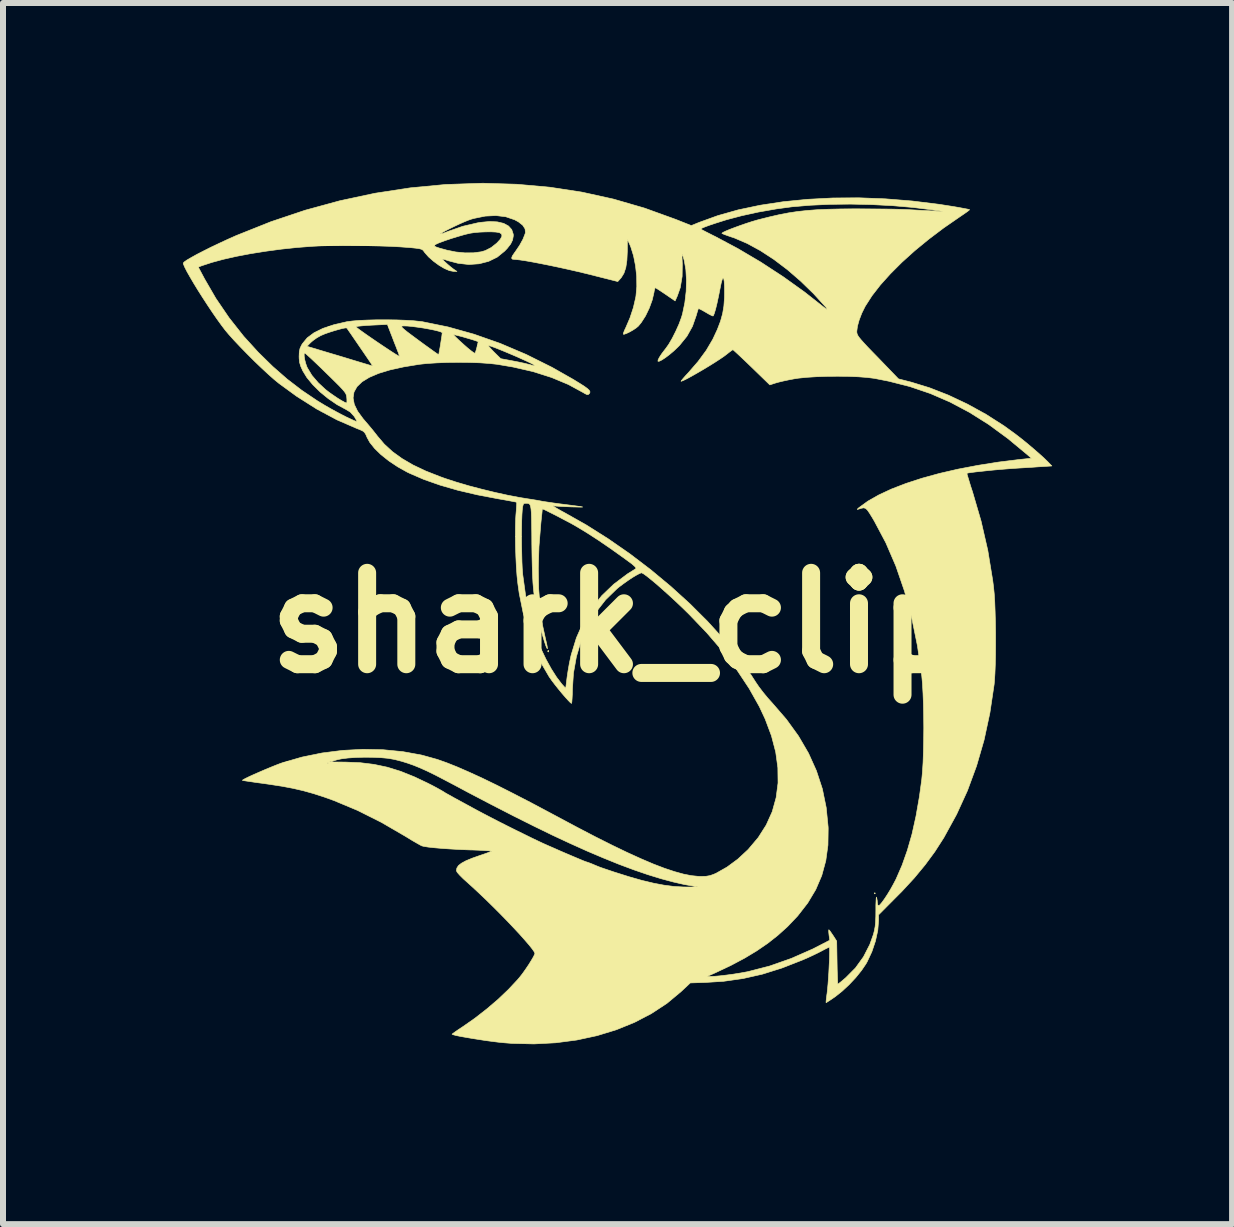
<source format=kicad_pcb>
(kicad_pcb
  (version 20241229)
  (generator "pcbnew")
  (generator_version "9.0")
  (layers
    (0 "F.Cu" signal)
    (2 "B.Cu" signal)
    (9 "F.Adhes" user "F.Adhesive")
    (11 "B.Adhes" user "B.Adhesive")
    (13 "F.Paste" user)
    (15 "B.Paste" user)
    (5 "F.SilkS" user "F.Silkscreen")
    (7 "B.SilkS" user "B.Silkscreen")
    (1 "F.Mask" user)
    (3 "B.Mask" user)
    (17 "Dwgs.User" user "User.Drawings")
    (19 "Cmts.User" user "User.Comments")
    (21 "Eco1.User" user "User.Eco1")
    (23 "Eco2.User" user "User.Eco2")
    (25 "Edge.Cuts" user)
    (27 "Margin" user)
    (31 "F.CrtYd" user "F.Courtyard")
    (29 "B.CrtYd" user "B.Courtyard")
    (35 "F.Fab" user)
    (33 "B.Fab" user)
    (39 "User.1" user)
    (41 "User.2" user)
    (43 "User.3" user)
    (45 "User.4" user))
  (footprint "shark_clip"
    (layer "F.Cu")
    (at 7.244 7.335)
    (property "Reference" "shark_clip" (at 0 0 0) (layer "F.SilkS") (effects (font (size 1.524 1.524) (thickness 0.3))))
    (attr through_hole)
    (fp_poly (pts (xy 4.3 4.508) (xy 4.291 4.518) (xy 4.282 4.508) (xy 4.291 4.499) (xy 4.3 4.508)) (stroke (width 0.01) (type solid)) (fill yes) (layer "F.SilkS"))
    (fp_poly (pts (xy -1.149 0.46) (xy -1.147 0.481) (xy -1.149 0.484) (xy -1.16 0.481) (xy -1.161 0.472) (xy -1.155 0.457) (xy -1.149 0.46)) (stroke (width 0.01) (type solid)) (fill yes) (layer "F.SilkS"))
    (fp_poly (pts (xy -1.678 -7.313) (xy -1.129 -7.264) (xy -0.593 -7.182) (xy -0.067 -7.066) (xy 0.45 -6.916) (xy 0.959 -6.732) (xy 0.965 -6.73) (xy 1.232 -6.624) (xy 1.362 -6.677) (xy 1.674 -6.79) (xy 2.014 -6.886) (xy 2.379 -6.963) (xy 2.766 -7.022) (xy 3.171 -7.062) (xy 3.592 -7.084) (xy 4.025 -7.087) (xy 4.466 -7.07) (xy 4.913 -7.034) (xy 5.361 -6.979) (xy 5.603 -6.941) (xy 5.696 -6.925) (xy 5.775 -6.91) (xy 5.834 -6.899) (xy 5.867 -6.891) (xy 5.871 -6.889) (xy 5.86 -6.877) (xy 5.824 -6.85) (xy 5.768 -6.811) (xy 5.702 -6.766) (xy 5.44 -6.585) (xy 5.191 -6.397) (xy 4.957 -6.205) (xy 4.743 -6.012) (xy 4.551 -5.82) (xy 4.383 -5.633) (xy 4.244 -5.454) (xy 4.135 -5.284) (xy 4.129 -5.274) (xy 4.074 -5.163) (xy 4.031 -5.051) (xy 4.002 -4.947) (xy 3.991 -4.863) (xy 3.991 -4.861) (xy 3.992 -4.838) (xy 3.997 -4.817) (xy 4.008 -4.792) (xy 4.028 -4.762) (xy 4.06 -4.723) (xy 4.107 -4.67) (xy 4.171 -4.601) (xy 4.256 -4.513) (xy 4.339 -4.428) (xy 4.686 -4.068) (xy 4.897 -4.014) (xy 5.203 -3.92) (xy 5.518 -3.797) (xy 5.834 -3.648) (xy 6.145 -3.477) (xy 6.444 -3.286) (xy 6.628 -3.153) (xy 6.724 -3.079) (xy 6.828 -2.995) (xy 6.932 -2.907) (xy 7.029 -2.823) (xy 7.112 -2.748) (xy 7.173 -2.689) (xy 7.243 -2.616) (xy 7.091 -2.606) (xy 7.02 -2.602) (xy 6.922 -2.595) (xy 6.809 -2.588) (xy 6.692 -2.581) (xy 6.631 -2.577) (xy 6.531 -2.57) (xy 6.419 -2.561) (xy 6.303 -2.551) (xy 6.188 -2.54) (xy 6.079 -2.528) (xy 5.983 -2.518) (xy 5.905 -2.508) (xy 5.851 -2.5) (xy 5.827 -2.494) (xy 5.827 -2.494) (xy 5.83 -2.476) (xy 5.844 -2.429) (xy 5.865 -2.359) (xy 5.892 -2.271) (xy 5.921 -2.183) (xy 6.063 -1.697) (xy 6.175 -1.209) (xy 6.257 -0.708) (xy 6.271 -0.599) (xy 6.282 -0.488) (xy 6.291 -0.35) (xy 6.297 -0.189) (xy 6.302 -0.014) (xy 6.305 0.169) (xy 6.305 0.353) (xy 6.304 0.532) (xy 6.3 0.699) (xy 6.294 0.847) (xy 6.286 0.969) (xy 6.281 1.025) (xy 6.21 1.501) (xy 6.113 1.953) (xy 5.988 2.384) (xy 5.836 2.797) (xy 5.655 3.193) (xy 5.445 3.576) (xy 5.439 3.586) (xy 5.292 3.815) (xy 5.13 4.035) (xy 4.948 4.255) (xy 4.74 4.48) (xy 4.668 4.552) (xy 4.354 4.868) (xy 4.354 4.962) (xy 4.341 5.127) (xy 4.302 5.305) (xy 4.242 5.483) (xy 4.163 5.652) (xy 4.143 5.687) (xy 4.069 5.796) (xy 3.973 5.915) (xy 3.862 6.033) (xy 3.746 6.141) (xy 3.633 6.231) (xy 3.62 6.24) (xy 3.56 6.281) (xy 3.512 6.312) (xy 3.484 6.33) (xy 3.479 6.332) (xy 3.479 6.315) (xy 3.483 6.271) (xy 3.491 6.207) (xy 3.496 6.173) (xy 3.503 6.108) (xy 3.511 6.023) (xy 3.518 5.926) (xy 3.525 5.822) (xy 3.53 5.718) (xy 3.535 5.619) (xy 3.537 5.533) (xy 3.538 5.464) (xy 3.536 5.42) (xy 3.532 5.407) (xy 3.512 5.415) (xy 3.469 5.436) (xy 3.412 5.466) (xy 3.407 5.469) (xy 3.343 5.502) (xy 3.258 5.543) (xy 3.163 5.587) (xy 3.084 5.621) (xy 2.744 5.754) (xy 2.416 5.857) (xy 2.093 5.93) (xy 1.768 5.976) (xy 1.468 5.995) (xy 1.215 6.003) (xy 1.057 6.151) (xy 0.825 6.344) (xy 0.566 6.514) (xy 0.284 6.661) (xy -0.019 6.784) (xy -0.34 6.882) (xy -0.678 6.955) (xy -1.029 7.001) (xy -1.391 7.02) (xy -1.761 7.011) (xy -1.887 7.001) (xy -1.978 6.992) (xy -2.082 6.979) (xy -2.195 6.964) (xy -2.311 6.946) (xy -2.425 6.928) (xy -2.53 6.91) (xy -2.621 6.894) (xy -2.693 6.879) (xy -2.74 6.866) (xy -2.757 6.858) (xy -2.757 6.858) (xy -2.742 6.845) (xy -2.703 6.817) (xy -2.645 6.777) (xy -2.574 6.73) (xy -2.571 6.728) (xy -2.375 6.591) (xy -2.179 6.438) (xy -1.99 6.277) (xy -1.818 6.113) (xy -1.669 5.954) (xy -1.633 5.912) (xy -1.585 5.851) (xy -1.533 5.778) (xy -1.481 5.701) (xy -1.435 5.627) (xy -1.399 5.565) (xy -1.378 5.521) (xy -1.376 5.513) (xy -1.386 5.486) (xy -1.419 5.438) (xy -1.473 5.37) (xy -1.545 5.287) (xy -1.631 5.19) (xy -1.73 5.084) (xy -1.838 4.97) (xy -1.953 4.852) (xy -2.071 4.734) (xy -2.19 4.617) (xy -2.307 4.506) (xy -2.419 4.402) (xy -2.491 4.337) (xy -2.571 4.265) (xy -2.632 4.204) (xy -2.671 4.159) (xy -2.685 4.132) (xy -2.685 4.132) (xy -2.677 4.088) (xy -2.65 4.046) (xy -2.6 4.007) (xy -2.525 3.966) (xy -2.421 3.923) (xy -2.285 3.875) (xy -2.284 3.875) (xy -2.208 3.849) (xy -2.147 3.827) (xy -2.106 3.811) (xy -2.094 3.806) (xy -2.109 3.803) (xy -2.154 3.799) (xy -2.226 3.795) (xy -2.318 3.79) (xy -2.424 3.786) (xy -2.445 3.786) (xy -2.62 3.779) (xy -2.783 3.77) (xy -2.929 3.76) (xy -3.055 3.749) (xy -3.156 3.738) (xy -3.229 3.726) (xy -3.261 3.718) (xy -3.292 3.702) (xy -3.347 3.671) (xy -3.42 3.629) (xy -3.503 3.578) (xy -3.541 3.555) (xy -3.937 3.325) (xy -4.332 3.127) (xy -4.724 2.963) (xy -4.893 2.902) (xy -5.067 2.846) (xy -5.235 2.799) (xy -5.407 2.759) (xy -5.592 2.724) (xy -5.8 2.692) (xy -5.904 2.677) (xy -6.011 2.663) (xy -6.105 2.649) (xy -6.18 2.638) (xy -6.231 2.63) (xy -6.253 2.625) (xy -6.253 2.625) (xy -6.241 2.615) (xy -6.201 2.593) (xy -6.139 2.563) (xy -6.06 2.527) (xy -5.971 2.488) (xy -5.876 2.447) (xy -5.782 2.408) (xy -5.693 2.372) (xy -5.617 2.343) (xy -5.579 2.33) (xy -5.573 2.328) (xy -4.838 2.328) (xy -4.836 2.339) (xy -4.826 2.34) (xy -4.811 2.334) (xy -4.814 2.328) (xy -4.835 2.326) (xy -4.838 2.328) (xy -5.573 2.328) (xy -5.54 2.319) (xy -4.799 2.319) (xy -4.536 2.321) (xy -4.29 2.331) (xy -4.06 2.359) (xy -3.837 2.406) (xy -3.614 2.475) (xy -3.383 2.568) (xy -3.168 2.67) (xy -3.087 2.711) (xy -3.012 2.751) (xy -2.951 2.785) (xy -2.923 2.801) (xy -2.898 2.816) (xy -2.87 2.834) (xy -2.833 2.855) (xy -2.785 2.881) (xy -2.722 2.917) (xy -2.639 2.962) (xy -2.534 3.019) (xy -2.402 3.091) (xy -2.349 3.12) (xy -2.251 3.172) (xy -2.13 3.235) (xy -1.993 3.306) (xy -1.847 3.38) (xy -1.699 3.454) (xy -1.556 3.524) (xy -1.426 3.588) (xy -1.315 3.641) (xy -1.243 3.675) (xy -1.153 3.715) (xy -1.052 3.759) (xy -0.946 3.806) (xy -0.839 3.852) (xy -0.74 3.894) (xy -0.652 3.931) (xy -0.583 3.96) (xy -0.538 3.978) (xy -0.526 3.982) (xy -0.475 3.999) (xy -0.426 4.018) (xy -0.367 4.043) (xy -0.318 4.063) (xy -0.279 4.078) (xy -0.215 4.1) (xy -0.135 4.127) (xy -0.046 4.157) (xy -0.045 4.157) (xy 0.196 4.233) (xy 0.41 4.294) (xy 0.602 4.34) (xy 0.777 4.373) (xy 0.939 4.394) (xy 1.094 4.403) (xy 1.161 4.404) (xy 1.252 4.404) (xy 1.308 4.403) (xy 1.334 4.401) (xy 1.33 4.398) (xy 1.301 4.393) (xy 1.272 4.389) (xy 1.115 4.362) (xy 0.931 4.32) (xy 0.727 4.265) (xy 0.506 4.197) (xy 0.276 4.118) (xy 0.04 4.03) (xy 0.014 4.02) (xy -0.24 3.917) (xy -0.506 3.804) (xy -0.786 3.678) (xy -1.082 3.54) (xy -1.398 3.386) (xy -1.736 3.217) (xy -2.098 3.031) (xy -2.486 2.828) (xy -2.712 2.707) (xy -2.891 2.613) (xy -3.043 2.534) (xy -3.174 2.47) (xy -3.29 2.418) (xy -3.395 2.375) (xy -3.494 2.34) (xy -3.593 2.309) (xy -3.698 2.282) (xy -3.728 2.275) (xy -3.825 2.258) (xy -3.946 2.247) (xy -4.082 2.241) (xy -4.224 2.24) (xy -4.365 2.244) (xy -4.494 2.253) (xy -4.603 2.267) (xy -4.672 2.282) (xy -4.799 2.319) (xy -5.54 2.319) (xy -5.257 2.237) (xy -4.924 2.169) (xy -4.583 2.126) (xy -4.241 2.108) (xy -3.904 2.115) (xy -3.577 2.147) (xy -3.264 2.204) (xy -3.005 2.276) (xy -2.849 2.331) (xy -2.673 2.401) (xy -2.476 2.487) (xy -2.255 2.588) (xy -2.01 2.707) (xy -1.739 2.844) (xy -1.441 2.998) (xy -1.114 3.172) (xy -1.007 3.229) (xy -0.672 3.408) (xy -0.367 3.567) (xy -0.088 3.707) (xy 0.165 3.829) (xy 0.394 3.933) (xy 0.6 4.021) (xy 0.786 4.092) (xy 0.952 4.147) (xy 1.1 4.188) (xy 1.231 4.214) (xy 1.348 4.226) (xy 1.394 4.227) (xy 1.477 4.225) (xy 1.542 4.214) (xy 1.605 4.192) (xy 1.648 4.173) (xy 1.828 4.071) (xy 2.007 3.939) (xy 2.178 3.78) (xy 2.181 3.777) (xy 2.348 3.579) (xy 2.481 3.37) (xy 2.581 3.148) (xy 2.646 2.914) (xy 2.678 2.67) (xy 2.675 2.416) (xy 2.639 2.153) (xy 2.568 1.882) (xy 2.463 1.602) (xy 2.366 1.395) (xy 2.196 1.093) (xy 1.992 0.785) (xy 1.757 0.475) (xy 1.49 0.165) (xy 1.195 -0.143) (xy 1.089 -0.247) (xy 0.973 -0.357) (xy 0.859 -0.462) (xy 0.751 -0.559) (xy 0.651 -0.647) (xy 0.563 -0.72) (xy 0.491 -0.778) (xy 0.437 -0.817) (xy 0.405 -0.834) (xy 0.402 -0.835) (xy 0.37 -0.824) (xy 0.317 -0.796) (xy 0.248 -0.755) (xy 0.172 -0.704) (xy 0.095 -0.649) (xy 0.023 -0.595) (xy -0.008 -0.569) (xy -0.196 -0.386) (xy -0.359 -0.177) (xy -0.496 0.052) (xy -0.605 0.3) (xy -0.684 0.563) (xy -0.733 0.838) (xy -0.75 1.102) (xy -0.752 1.191) (xy -0.756 1.265) (xy -0.76 1.317) (xy -0.765 1.342) (xy -0.766 1.343) (xy -0.785 1.329) (xy -0.821 1.292) (xy -0.87 1.238) (xy -0.927 1.172) (xy -0.986 1.1) (xy -1.044 1.027) (xy -1.095 0.96) (xy -1.135 0.903) (xy -1.136 0.902) (xy -1.27 0.672) (xy -1.388 0.413) (xy -1.49 0.13) (xy -1.573 -0.173) (xy -1.637 -0.49) (xy -1.66 -0.653) (xy -1.674 -0.782) (xy -1.685 -0.935) (xy -1.693 -1.103) (xy -1.699 -1.277) (xy -1.701 -1.439) (xy -1.599 -1.439) (xy -1.598 -1.295) (xy -1.595 -1.155) (xy -1.592 -1.023) (xy -1.587 -0.91) (xy -1.58 -0.821) (xy -1.579 -0.807) (xy -1.532 -0.466) (xy -1.465 -0.144) (xy -1.381 0.153) (xy -1.341 0.267) (xy -1.271 0.439) (xy -1.19 0.608) (xy -1.103 0.766) (xy -1.014 0.906) (xy -0.927 1.02) (xy -0.909 1.04) (xy -0.862 1.091) (xy -0.839 0.904) (xy -0.823 0.798) (xy -0.802 0.677) (xy -0.778 0.564) (xy -0.77 0.53) (xy -0.684 0.25) (xy -0.571 -0.007) (xy -0.43 -0.241) (xy -0.261 -0.453) (xy -0.062 -0.644) (xy 0.167 -0.816) (xy 0.3 -0.899) (xy 0.309 -0.909) (xy 0.305 -0.924) (xy 0.284 -0.946) (xy 0.244 -0.981) (xy 0.179 -1.029) (xy 0.107 -1.082) (xy -0.109 -1.236) (xy -0.318 -1.379) (xy -0.513 -1.505) (xy -0.66 -1.594) (xy -0.718 -1.628) (xy -0.792 -1.669) (xy -0.876 -1.713) (xy -0.963 -1.759) (xy -1.048 -1.803) (xy -1.126 -1.842) (xy -1.189 -1.874) (xy -1.233 -1.894) (xy -1.252 -1.901) (xy -1.252 -1.901) (xy -1.254 -1.882) (xy -1.258 -1.834) (xy -1.266 -1.763) (xy -1.275 -1.675) (xy -1.278 -1.642) (xy -1.308 -1.271) (xy -1.319 -0.912) (xy -1.313 -0.571) (xy -1.288 -0.25) (xy -1.247 0.046) (xy -1.196 0.279) (xy -1.18 0.346) (xy -1.17 0.399) (xy -1.167 0.428) (xy -1.168 0.431) (xy -1.178 0.419) (xy -1.194 0.379) (xy -1.215 0.317) (xy -1.239 0.238) (xy -1.264 0.15) (xy -1.288 0.059) (xy -1.31 -0.029) (xy -1.324 -0.091) (xy -1.348 -0.215) (xy -1.369 -0.328) (xy -1.385 -0.437) (xy -1.398 -0.547) (xy -1.408 -0.664) (xy -1.415 -0.794) (xy -1.42 -0.942) (xy -1.424 -1.115) (xy -1.427 -1.318) (xy -1.427 -1.324) (xy -1.428 -1.497) (xy -1.43 -1.638) (xy -1.432 -1.749) (xy -1.435 -1.834) (xy -1.44 -1.896) (xy -1.447 -1.94) (xy -1.457 -1.968) (xy -1.47 -1.984) (xy -1.487 -1.992) (xy -1.508 -1.994) (xy -1.534 -1.994) (xy -1.535 -1.994) (xy -1.557 -1.991) (xy -1.57 -1.975) (xy -1.58 -1.937) (xy -1.587 -1.878) (xy -1.592 -1.803) (xy -1.596 -1.7) (xy -1.598 -1.576) (xy -1.599 -1.439) (xy -1.701 -1.439) (xy -1.701 -1.447) (xy -1.7 -1.605) (xy -1.696 -1.741) (xy -1.692 -1.805) (xy -1.685 -1.886) (xy -1.681 -1.952) (xy -1.679 -1.996) (xy -1.68 -2.011) (xy -1.698 -2.016) (xy -1.747 -2.025) (xy -1.819 -2.039) (xy -1.909 -2.055) (xy -1.99 -2.069) (xy -2.336 -2.135) (xy -2.66 -2.211) (xy -2.958 -2.297) (xy -3.226 -2.391) (xy -3.462 -2.493) (xy -3.504 -2.513) (xy -3.663 -2.602) (xy -3.81 -2.7) (xy -3.94 -2.803) (xy -4.047 -2.907) (xy -4.128 -3.008) (xy -4.173 -3.09) (xy -4.196 -3.143) (xy -4.218 -3.177) (xy -4.249 -3.201) (xy -4.298 -3.223) (xy -4.344 -3.241) (xy -4.676 -3.385) (xy -5.011 -3.564) (xy -5.35 -3.779) (xy -5.642 -3.992) (xy -5.724 -4.059) (xy -5.823 -4.147) (xy -5.935 -4.251) (xy -6.054 -4.365) (xy -6.173 -4.484) (xy -6.288 -4.602) (xy -6.393 -4.713) (xy -6.481 -4.811) (xy -6.539 -4.88) (xy -6.604 -4.966) (xy -6.677 -5.067) (xy -6.755 -5.18) (xy -6.835 -5.3) (xy -6.915 -5.423) (xy -6.992 -5.544) (xy -7.063 -5.66) (xy -7.125 -5.766) (xy -7.177 -5.857) (xy -7.214 -5.93) (xy -7.215 -5.932) (xy -6.988 -5.932) (xy -6.885 -5.738) (xy -6.695 -5.41) (xy -6.475 -5.087) (xy -6.231 -4.778) (xy -5.988 -4.511) (xy -5.746 -4.274) (xy -5.507 -4.065) (xy -5.262 -3.877) (xy -5.004 -3.703) (xy -4.877 -3.626) (xy -4.79 -3.576) (xy -4.697 -3.525) (xy -4.605 -3.476) (xy -4.519 -3.432) (xy -4.444 -3.397) (xy -4.387 -3.371) (xy -4.352 -3.359) (xy -4.345 -3.36) (xy -4.35 -3.377) (xy -4.371 -3.414) (xy -4.387 -3.441) (xy -4.454 -3.515) (xy -4.527 -3.559) (xy -4.675 -3.639) (xy -4.821 -3.739) (xy -4.958 -3.851) (xy -5.079 -3.971) (xy -5.178 -4.091) (xy -5.246 -4.202) (xy -5.28 -4.278) (xy -5.299 -4.341) (xy -5.306 -4.407) (xy -5.307 -4.446) (xy -5.305 -4.484) (xy -5.223 -4.484) (xy -5.222 -4.443) (xy -5.213 -4.387) (xy -5.197 -4.325) (xy -5.176 -4.266) (xy -5.168 -4.25) (xy -5.094 -4.127) (xy -4.988 -4.003) (xy -4.867 -3.891) (xy -4.807 -3.844) (xy -4.737 -3.795) (xy -4.666 -3.747) (xy -4.601 -3.707) (xy -4.548 -3.678) (xy -4.517 -3.665) (xy -4.515 -3.665) (xy -4.51 -3.681) (xy -4.51 -3.722) (xy -4.512 -3.751) (xy -4.515 -3.778) (xy -4.521 -3.802) (xy -4.532 -3.827) (xy -4.553 -3.857) (xy -4.585 -3.895) (xy -4.632 -3.945) (xy -4.697 -4.01) (xy -4.783 -4.095) (xy -4.858 -4.168) (xy -4.949 -4.257) (xy -5.033 -4.337) (xy -5.105 -4.405) (xy -5.161 -4.456) (xy -5.198 -4.489) (xy -5.213 -4.499) (xy -5.223 -4.484) (xy -5.305 -4.484) (xy -5.304 -4.52) (xy -5.292 -4.576) (xy -5.276 -4.611) (xy -5.176 -4.611) (xy -5.078 -4.582) (xy -5.043 -4.572) (xy -4.979 -4.552) (xy -4.892 -4.526) (xy -4.789 -4.495) (xy -4.674 -4.461) (xy -4.554 -4.425) (xy -4.436 -4.389) (xy -4.324 -4.355) (xy -4.225 -4.325) (xy -4.144 -4.301) (xy -4.088 -4.284) (xy -4.086 -4.283) (xy -4.088 -4.294) (xy -4.094 -4.304) (xy -4.108 -4.326) (xy -4.138 -4.371) (xy -4.181 -4.434) (xy -4.232 -4.509) (xy -4.289 -4.592) (xy -4.346 -4.675) (xy -4.4 -4.754) (xy -4.447 -4.823) (xy -4.485 -4.877) (xy -4.507 -4.909) (xy -4.512 -4.916) (xy -4.534 -4.918) (xy -4.582 -4.909) (xy -4.648 -4.892) (xy -4.724 -4.87) (xy -4.803 -4.845) (xy -4.875 -4.82) (xy -4.934 -4.795) (xy -4.944 -4.791) (xy -5.013 -4.752) (xy -5.077 -4.706) (xy -5.114 -4.674) (xy -5.176 -4.611) (xy -5.276 -4.611) (xy -5.267 -4.63) (xy -5.252 -4.655) (xy -5.172 -4.752) (xy -5.058 -4.837) (xy -4.91 -4.91) (xy -4.829 -4.937) (xy -4.359 -4.937) (xy -4.348 -4.925) (xy -4.311 -4.896) (xy -4.253 -4.854) (xy -4.181 -4.803) (xy -4.097 -4.745) (xy -4.008 -4.684) (xy -3.919 -4.624) (xy -3.833 -4.567) (xy -3.757 -4.517) (xy -3.696 -4.478) (xy -3.653 -4.453) (xy -3.635 -4.445) (xy -3.638 -4.46) (xy -3.651 -4.5) (xy -3.667 -4.54) (xy -3.69 -4.601) (xy -3.722 -4.681) (xy -3.755 -4.768) (xy -3.77 -4.806) (xy -3.82 -4.936) (xy -3.598 -4.936) (xy -3.584 -4.919) (xy -3.553 -4.891) (xy -3.501 -4.849) (xy -3.425 -4.792) (xy -3.324 -4.717) (xy -3.309 -4.706) (xy -3.215 -4.637) (xy -3.131 -4.577) (xy -3.062 -4.527) (xy -3.012 -4.492) (xy -2.984 -4.473) (xy -2.981 -4.471) (xy -2.976 -4.489) (xy -2.968 -4.535) (xy -2.956 -4.601) (xy -2.949 -4.645) (xy -2.937 -4.722) (xy -2.927 -4.785) (xy -2.925 -4.804) (xy -2.731 -4.804) (xy -2.721 -4.79) (xy -2.688 -4.757) (xy -2.638 -4.709) (xy -2.575 -4.652) (xy -2.562 -4.64) (xy -2.496 -4.582) (xy -2.439 -4.536) (xy -2.398 -4.506) (xy -2.376 -4.495) (xy -2.375 -4.495) (xy -2.364 -4.52) (xy -2.35 -4.566) (xy -2.343 -4.594) (xy -2.336 -4.623) (xy -2.151 -4.623) (xy -2.142 -4.607) (xy -2.113 -4.574) (xy -2.069 -4.527) (xy -2.052 -4.51) (xy -1.945 -4.405) (xy -1.757 -4.37) (xy -1.653 -4.35) (xy -1.551 -4.328) (xy -1.462 -4.306) (xy -1.396 -4.288) (xy -1.383 -4.283) (xy -1.379 -4.292) (xy -1.395 -4.304) (xy -1.439 -4.328) (xy -1.505 -4.36) (xy -1.587 -4.397) (xy -1.68 -4.439) (xy -1.779 -4.481) (xy -1.876 -4.522) (xy -1.967 -4.559) (xy -2.045 -4.59) (xy -2.106 -4.612) (xy -2.143 -4.623) (xy -2.151 -4.623) (xy -2.336 -4.623) (xy -2.331 -4.645) (xy -2.323 -4.679) (xy -2.322 -4.687) (xy -2.338 -4.695) (xy -2.381 -4.71) (xy -2.442 -4.729) (xy -2.514 -4.75) (xy -2.586 -4.771) (xy -2.652 -4.788) (xy -2.702 -4.8) (xy -2.729 -4.805) (xy -2.731 -4.804) (xy -2.925 -4.804) (xy -2.922 -4.827) (xy -2.921 -4.837) (xy -2.938 -4.849) (xy -2.984 -4.864) (xy -3.053 -4.881) (xy -3.137 -4.898) (xy -3.231 -4.915) (xy -3.326 -4.929) (xy -3.418 -4.941) (xy -3.498 -4.949) (xy -3.559 -4.951) (xy -3.583 -4.95) (xy -3.596 -4.946) (xy -3.598 -4.936) (xy -3.82 -4.936) (xy -3.835 -4.976) (xy -4.09 -4.964) (xy -4.183 -4.959) (xy -4.263 -4.952) (xy -4.322 -4.946) (xy -4.355 -4.939) (xy -4.359 -4.937) (xy -4.829 -4.937) (xy -4.727 -4.971) (xy -4.511 -5.021) (xy -4.419 -5.033) (xy -4.299 -5.043) (xy -4.157 -5.049) (xy -4.002 -5.053) (xy -3.841 -5.053) (xy -3.681 -5.051) (xy -3.529 -5.045) (xy -3.394 -5.037) (xy -3.283 -5.025) (xy -3.251 -5.021) (xy -2.824 -4.934) (xy -2.392 -4.813) (xy -1.956 -4.66) (xy -1.521 -4.475) (xy -1.09 -4.26) (xy -0.736 -4.059) (xy -0.63 -3.994) (xy -0.553 -3.945) (xy -0.501 -3.907) (xy -0.47 -3.878) (xy -0.458 -3.855) (xy -0.46 -3.836) (xy -0.47 -3.821) (xy -0.488 -3.806) (xy -0.51 -3.807) (xy -0.548 -3.826) (xy -0.569 -3.839) (xy -0.819 -3.975) (xy -1.097 -4.091) (xy -1.405 -4.189) (xy -1.741 -4.266) (xy -2.006 -4.311) (xy -2.135 -4.325) (xy -2.291 -4.336) (xy -2.465 -4.342) (xy -2.649 -4.344) (xy -2.834 -4.342) (xy -3.011 -4.335) (xy -3.17 -4.325) (xy -3.302 -4.311) (xy -3.564 -4.268) (xy -3.79 -4.218) (xy -3.981 -4.16) (xy -4.136 -4.094) (xy -4.257 -4.02) (xy -4.342 -3.938) (xy -4.392 -3.848) (xy -4.407 -3.75) (xy -4.387 -3.643) (xy -4.332 -3.529) (xy -4.242 -3.406) (xy -4.213 -3.372) (xy -4.152 -3.301) (xy -4.082 -3.217) (xy -4.017 -3.135) (xy -4.002 -3.115) (xy -3.886 -2.979) (xy -3.75 -2.854) (xy -3.592 -2.74) (xy -3.409 -2.633) (xy -3.196 -2.532) (xy -2.952 -2.436) (xy -2.868 -2.406) (xy -2.687 -2.347) (xy -2.484 -2.287) (xy -2.267 -2.23) (xy -2.046 -2.176) (xy -1.832 -2.129) (xy -1.634 -2.091) (xy -1.492 -2.068) (xy -1.414 -2.056) (xy -1.336 -2.043) (xy -1.287 -2.034) (xy -1.241 -2.025) (xy -1.166 -2.014) (xy -1.073 -2) (xy -0.97 -1.986) (xy -0.915 -1.979) (xy -0.782 -1.962) (xy -0.683 -1.949) (xy -0.618 -1.94) (xy -0.584 -1.934) (xy -0.581 -1.931) (xy -0.606 -1.93) (xy -0.659 -1.931) (xy -0.738 -1.933) (xy -0.771 -1.934) (xy -0.867 -1.938) (xy -0.953 -1.942) (xy -1.022 -1.947) (xy -1.064 -1.951) (xy -1.07 -1.952) (xy -1.072 -1.948) (xy -1.045 -1.93) (xy -0.995 -1.9) (xy -0.926 -1.861) (xy -0.89 -1.842) (xy -0.518 -1.632) (xy -0.151 -1.4) (xy 0.209 -1.15) (xy 0.557 -0.885) (xy 0.891 -0.607) (xy 1.207 -0.32) (xy 1.502 -0.026) (xy 1.773 0.272) (xy 2.016 0.571) (xy 2.228 0.867) (xy 2.304 0.986) (xy 2.358 1.065) (xy 2.428 1.157) (xy 2.506 1.252) (xy 2.58 1.334) (xy 2.817 1.608) (xy 3.019 1.887) (xy 3.186 2.173) (xy 3.318 2.466) (xy 3.417 2.768) (xy 3.481 3.08) (xy 3.513 3.402) (xy 3.514 3.429) (xy 3.51 3.706) (xy 3.474 3.966) (xy 3.407 4.212) (xy 3.307 4.446) (xy 3.173 4.67) (xy 3.005 4.886) (xy 2.835 5.065) (xy 2.675 5.209) (xy 2.505 5.343) (xy 2.321 5.469) (xy 2.118 5.591) (xy 1.89 5.712) (xy 1.632 5.834) (xy 1.542 5.874) (xy 1.497 5.894) (xy 1.545 5.895) (xy 1.613 5.893) (xy 1.707 5.885) (xy 1.818 5.872) (xy 1.938 5.856) (xy 2.056 5.837) (xy 2.165 5.817) (xy 2.179 5.814) (xy 2.539 5.721) (xy 2.9 5.594) (xy 3.257 5.437) (xy 3.362 5.383) (xy 3.54 5.291) (xy 3.528 5.203) (xy 3.523 5.153) (xy 3.523 5.122) (xy 3.525 5.116) (xy 3.539 5.13) (xy 3.565 5.167) (xy 3.595 5.211) (xy 3.656 5.306) (xy 3.662 5.665) (xy 3.664 5.774) (xy 3.667 5.87) (xy 3.67 5.947) (xy 3.672 6) (xy 3.675 6.023) (xy 3.675 6.023) (xy 3.691 6.012) (xy 3.728 5.983) (xy 3.779 5.94) (xy 3.807 5.916) (xy 3.969 5.753) (xy 4.103 5.567) (xy 4.208 5.362) (xy 4.268 5.194) (xy 4.285 5.127) (xy 4.297 5.061) (xy 4.304 4.987) (xy 4.308 4.895) (xy 4.309 4.793) (xy 4.309 4.705) (xy 4.312 4.635) (xy 4.315 4.589) (xy 4.319 4.572) (xy 4.321 4.575) (xy 4.331 4.627) (xy 4.334 4.667) (xy 4.341 4.703) (xy 4.354 4.717) (xy 4.375 4.702) (xy 4.41 4.661) (xy 4.454 4.6) (xy 4.504 4.524) (xy 4.555 4.44) (xy 4.603 4.353) (xy 4.645 4.273) (xy 4.746 4.041) (xy 4.834 3.792) (xy 4.912 3.52) (xy 4.978 3.223) (xy 5.035 2.897) (xy 5.074 2.612) (xy 5.086 2.484) (xy 5.096 2.327) (xy 5.102 2.148) (xy 5.106 1.954) (xy 5.108 1.752) (xy 5.106 1.55) (xy 5.102 1.355) (xy 5.095 1.173) (xy 5.086 1.013) (xy 5.074 0.88) (xy 5.002 0.382) (xy 4.906 -0.088) (xy 4.786 -0.53) (xy 4.643 -0.946) (xy 4.476 -1.334) (xy 4.285 -1.694) (xy 4.248 -1.757) (xy 4.201 -1.833) (xy 4.166 -1.883) (xy 4.137 -1.909) (xy 4.106 -1.918) (xy 4.068 -1.911) (xy 4.019 -1.896) (xy 3.999 -1.891) (xy 4.005 -1.902) (xy 4.028 -1.922) (xy 4.175 -2.029) (xy 4.356 -2.132) (xy 4.568 -2.231) (xy 4.809 -2.324) (xy 5.076 -2.411) (xy 5.366 -2.491) (xy 5.678 -2.563) (xy 6.008 -2.626) (xy 6.354 -2.681) (xy 6.694 -2.723) (xy 6.902 -2.745) (xy 6.83 -2.808) (xy 6.508 -3.075) (xy 6.189 -3.309) (xy 5.869 -3.51) (xy 5.547 -3.681) (xy 5.217 -3.824) (xy 4.876 -3.94) (xy 4.521 -4.03) (xy 4.282 -4.077) (xy 4.162 -4.092) (xy 4.015 -4.103) (xy 3.848 -4.11) (xy 3.671 -4.112) (xy 3.491 -4.11) (xy 3.317 -4.104) (xy 3.157 -4.094) (xy 3.019 -4.08) (xy 2.948 -4.069) (xy 2.853 -4.051) (xy 2.76 -4.031) (xy 2.682 -4.012) (xy 2.636 -3.999) (xy 2.541 -3.968) (xy 2.239 -4.261) (xy 2.153 -4.344) (xy 2.075 -4.418) (xy 2.01 -4.479) (xy 1.961 -4.524) (xy 1.932 -4.55) (xy 1.925 -4.554) (xy 1.906 -4.543) (xy 1.868 -4.515) (xy 1.825 -4.481) (xy 1.775 -4.443) (xy 1.704 -4.395) (xy 1.618 -4.339) (xy 1.523 -4.28) (xy 1.425 -4.221) (xy 1.327 -4.164) (xy 1.237 -4.113) (xy 1.16 -4.071) (xy 1.101 -4.042) (xy 1.065 -4.028) (xy 1.061 -4.028) (xy 1.067 -4.04) (xy 1.094 -4.073) (xy 1.137 -4.122) (xy 1.18 -4.168) (xy 1.345 -4.358) (xy 1.481 -4.543) (xy 1.59 -4.728) (xy 1.666 -4.891) (xy 1.719 -5.03) (xy 1.754 -5.156) (xy 1.775 -5.281) (xy 1.785 -5.421) (xy 1.786 -5.501) (xy 1.785 -5.616) (xy 1.78 -5.696) (xy 1.772 -5.741) (xy 1.761 -5.751) (xy 1.747 -5.726) (xy 1.73 -5.665) (xy 1.717 -5.602) (xy 1.687 -5.452) (xy 1.66 -5.326) (xy 1.636 -5.228) (xy 1.615 -5.159) (xy 1.6 -5.122) (xy 1.593 -5.116) (xy 1.569 -5.125) (xy 1.524 -5.148) (xy 1.468 -5.181) (xy 1.466 -5.182) (xy 1.412 -5.213) (xy 1.37 -5.234) (xy 1.351 -5.239) (xy 1.35 -5.239) (xy 1.342 -5.218) (xy 1.328 -5.173) (xy 1.314 -5.124) (xy 1.251 -4.944) (xy 1.159 -4.779) (xy 1.034 -4.625) (xy 1.007 -4.598) (xy 0.94 -4.534) (xy 0.87 -4.475) (xy 0.803 -4.424) (xy 0.744 -4.385) (xy 0.7 -4.363) (xy 0.677 -4.361) (xy 0.676 -4.361) (xy 0.678 -4.384) (xy 0.699 -4.426) (xy 0.736 -4.483) (xy 0.784 -4.547) (xy 0.798 -4.564) (xy 0.854 -4.642) (xy 0.914 -4.745) (xy 0.973 -4.862) (xy 1.027 -4.982) (xy 1.069 -5.096) (xy 1.086 -5.155) (xy 1.124 -5.338) (xy 1.146 -5.527) (xy 1.151 -5.714) (xy 1.141 -5.889) (xy 1.114 -6.043) (xy 1.098 -6.098) (xy 1.087 -6.132) (xy 1.08 -6.145) (xy 1.077 -6.134) (xy 1.077 -6.096) (xy 1.08 -6.028) (xy 1.082 -5.987) (xy 1.079 -5.777) (xy 1.048 -5.59) (xy 0.999 -5.451) (xy 0.962 -5.368) (xy 0.802 -5.478) (xy 0.735 -5.523) (xy 0.68 -5.559) (xy 0.643 -5.582) (xy 0.631 -5.588) (xy 0.623 -5.572) (xy 0.613 -5.532) (xy 0.61 -5.511) (xy 0.58 -5.382) (xy 0.531 -5.248) (xy 0.469 -5.119) (xy 0.398 -5.008) (xy 0.349 -4.948) (xy 0.312 -4.917) (xy 0.261 -4.883) (xy 0.205 -4.851) (xy 0.153 -4.826) (xy 0.113 -4.812) (xy 0.098 -4.813) (xy 0.101 -4.832) (xy 0.117 -4.875) (xy 0.142 -4.928) (xy 0.209 -5.084) (xy 0.266 -5.256) (xy 0.305 -5.425) (xy 0.309 -5.449) (xy 0.323 -5.605) (xy 0.321 -5.777) (xy 0.302 -5.952) (xy 0.269 -6.12) (xy 0.223 -6.268) (xy 0.202 -6.318) (xy 0.166 -6.395) (xy 0.165 -6.195) (xy 0.158 -6.044) (xy 0.14 -5.924) (xy 0.109 -5.83) (xy 0.065 -5.758) (xy 0.057 -5.748) (xy 0.006 -5.691) (xy -0.509 -5.821) (xy -0.659 -5.857) (xy -0.816 -5.893) (xy -0.975 -5.928) (xy -1.132 -5.961) (xy -1.282 -5.991) (xy -1.418 -6.017) (xy -1.537 -6.038) (xy -1.633 -6.052) (xy -1.7 -6.059) (xy -1.718 -6.06) (xy -1.753 -6.065) (xy -1.764 -6.082) (xy -1.752 -6.117) (xy -1.715 -6.172) (xy -1.703 -6.188) (xy -1.631 -6.294) (xy -1.575 -6.396) (xy -1.54 -6.485) (xy -1.534 -6.506) (xy -1.539 -6.564) (xy 1.396 -6.564) (xy 1.399 -6.561) (xy 1.417 -6.55) (xy 1.461 -6.527) (xy 1.526 -6.494) (xy 1.605 -6.454) (xy 1.63 -6.442) (xy 2.009 -6.24) (xy 2.39 -6.015) (xy 2.764 -5.771) (xy 3.12 -5.516) (xy 3.435 -5.268) (xy 3.477 -5.236) (xy 3.496 -5.227) (xy 3.491 -5.242) (xy 3.473 -5.266) (xy 3.27 -5.489) (xy 3.055 -5.698) (xy 2.834 -5.889) (xy 2.608 -6.06) (xy 2.384 -6.206) (xy 2.164 -6.326) (xy 1.952 -6.417) (xy 1.9 -6.434) (xy 1.831 -6.458) (xy 1.777 -6.478) (xy 1.746 -6.492) (xy 1.742 -6.495) (xy 1.758 -6.509) (xy 1.803 -6.531) (xy 1.87 -6.559) (xy 1.954 -6.591) (xy 2.047 -6.625) (xy 2.145 -6.659) (xy 2.241 -6.69) (xy 2.329 -6.716) (xy 2.359 -6.724) (xy 2.534 -6.768) (xy 2.695 -6.805) (xy 2.849 -6.835) (xy 3.001 -6.858) (xy 3.157 -6.875) (xy 3.324 -6.888) (xy 3.508 -6.896) (xy 3.716 -6.901) (xy 3.952 -6.903) (xy 3.982 -6.903) (xy 4.143 -6.902) (xy 4.302 -6.901) (xy 4.454 -6.9) (xy 4.593 -6.898) (xy 4.712 -6.895) (xy 4.804 -6.892) (xy 4.844 -6.89) (xy 4.954 -6.884) (xy 5.074 -6.877) (xy 5.185 -6.872) (xy 5.252 -6.868) (xy 5.434 -6.86) (xy 5.261 -6.885) (xy 4.932 -6.926) (xy 4.588 -6.956) (xy 4.238 -6.974) (xy 3.888 -6.982) (xy 3.545 -6.978) (xy 3.216 -6.963) (xy 2.909 -6.937) (xy 2.649 -6.902) (xy 2.348 -6.849) (xy 2.074 -6.789) (xy 1.82 -6.722) (xy 1.627 -6.661) (xy 1.529 -6.628) (xy 1.462 -6.603) (xy 1.42 -6.586) (xy 1.399 -6.574) (xy 1.396 -6.564) (xy -1.539 -6.564) (xy -1.539 -6.568) (xy -1.578 -6.629) (xy -1.65 -6.686) (xy -1.714 -6.721) (xy -1.861 -6.771) (xy -2.025 -6.791) (xy -2.205 -6.782) (xy -2.395 -6.743) (xy -2.44 -6.73) (xy -2.491 -6.712) (xy -2.559 -6.684) (xy -2.636 -6.65) (xy -2.717 -6.612) (xy -2.795 -6.574) (xy -2.864 -6.539) (xy -2.916 -6.51) (xy -2.947 -6.49) (xy -2.951 -6.483) (xy -2.933 -6.486) (xy -2.889 -6.501) (xy -2.83 -6.524) (xy -2.814 -6.53) (xy -2.579 -6.612) (xy -2.33 -6.67) (xy -2.281 -6.678) (xy -2.133 -6.692) (xy -2.004 -6.686) (xy -1.897 -6.661) (xy -1.816 -6.617) (xy -1.762 -6.557) (xy -1.737 -6.481) (xy -1.736 -6.452) (xy -1.748 -6.384) (xy -1.78 -6.317) (xy -1.838 -6.243) (xy -1.881 -6.198) (xy -2.004 -6.098) (xy -2.147 -6.028) (xy -2.306 -5.987) (xy -2.477 -5.975) (xy -2.657 -5.995) (xy -2.821 -6.038) (xy -2.874 -6.056) (xy -2.911 -6.065) (xy -2.921 -6.066) (xy -2.908 -6.05) (xy -2.876 -6.019) (xy -2.832 -5.979) (xy -2.785 -5.939) (xy -2.743 -5.906) (xy -2.724 -5.892) (xy -2.676 -5.86) (xy -2.732 -5.86) (xy -2.801 -5.873) (xy -2.885 -5.909) (xy -2.976 -5.963) (xy -3.066 -6.029) (xy -3.149 -6.102) (xy -3.215 -6.177) (xy -3.23 -6.199) (xy -3.245 -6.216) (xy -3.267 -6.229) (xy -3.304 -6.239) (xy -3.361 -6.247) (xy -3.446 -6.256) (xy -3.483 -6.259) (xy -3.622 -6.269) (xy -3.789 -6.278) (xy -3.976 -6.284) (xy -4.175 -6.289) (xy -4.379 -6.291) (xy -4.579 -6.292) (xy -4.768 -6.29) (xy -4.937 -6.286) (xy -5.078 -6.279) (xy -5.08 -6.279) (xy -5.341 -6.259) (xy -5.604 -6.231) (xy -5.864 -6.196) (xy -6.115 -6.156) (xy -6.352 -6.111) (xy -6.569 -6.062) (xy -6.761 -6.01) (xy -6.923 -5.957) (xy -6.937 -5.952) (xy -6.988 -5.932) (xy -7.215 -5.932) (xy -7.235 -5.98) (xy -7.239 -5.998) (xy -7.223 -6.017) (xy -7.178 -6.049) (xy -7.106 -6.091) (xy -7.013 -6.143) (xy -6.902 -6.2) (xy -6.777 -6.263) (xy -6.709 -6.295) (xy -3.051 -6.295) (xy -3.049 -6.281) (xy -3.02 -6.266) (xy -2.963 -6.247) (xy -2.874 -6.223) (xy -2.847 -6.215) (xy -2.695 -6.184) (xy -2.542 -6.169) (xy -2.398 -6.17) (xy -2.271 -6.187) (xy -2.203 -6.207) (xy -2.104 -6.258) (xy -2.012 -6.331) (xy -1.952 -6.396) (xy -1.925 -6.448) (xy -1.932 -6.484) (xy -1.97 -6.508) (xy -1.973 -6.508) (xy -2.026 -6.516) (xy -2.105 -6.52) (xy -2.198 -6.519) (xy -2.295 -6.515) (xy -2.387 -6.507) (xy -2.458 -6.496) (xy -2.546 -6.475) (xy -2.653 -6.444) (xy -2.768 -6.409) (xy -2.878 -6.372) (xy -2.969 -6.338) (xy -2.991 -6.329) (xy -3.031 -6.31) (xy -3.051 -6.295) (xy -6.709 -6.295) (xy -6.64 -6.328) (xy -6.498 -6.394) (xy -6.352 -6.459) (xy -6.339 -6.464) (xy -5.778 -6.688) (xy -5.206 -6.88) (xy -4.627 -7.038) (xy -4.042 -7.163) (xy -3.454 -7.253) (xy -2.866 -7.309) (xy -2.28 -7.329) (xy -2.241 -7.33) (xy -1.678 -7.313)) (stroke (width 0.01) (type solid)) (fill yes) (layer "F.SilkS")))
  (gr_rect
    (start -3 -3)
    (end 17.492 17.359)
    (stroke (width 0.1) (type default))
    (fill no)
    (layer "Edge.Cuts")))
</source>
